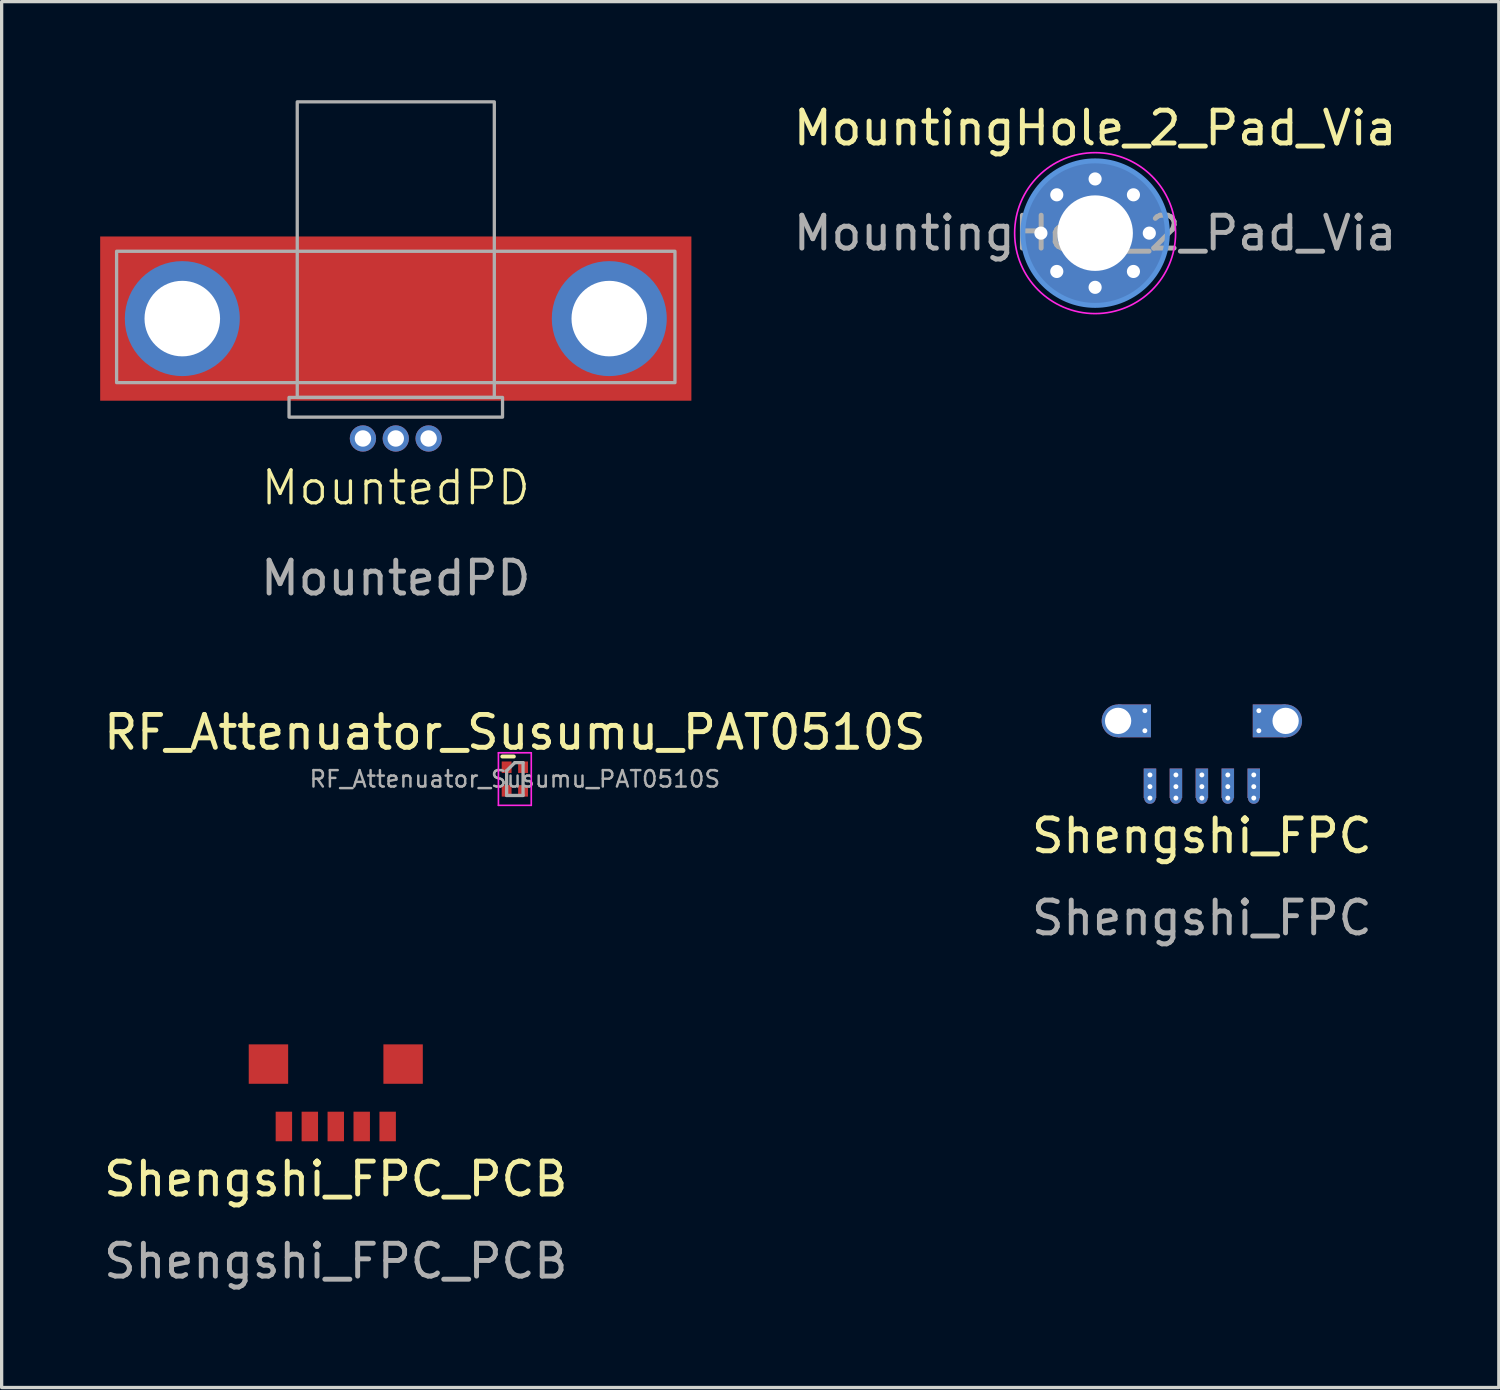
<source format=kicad_pcb>
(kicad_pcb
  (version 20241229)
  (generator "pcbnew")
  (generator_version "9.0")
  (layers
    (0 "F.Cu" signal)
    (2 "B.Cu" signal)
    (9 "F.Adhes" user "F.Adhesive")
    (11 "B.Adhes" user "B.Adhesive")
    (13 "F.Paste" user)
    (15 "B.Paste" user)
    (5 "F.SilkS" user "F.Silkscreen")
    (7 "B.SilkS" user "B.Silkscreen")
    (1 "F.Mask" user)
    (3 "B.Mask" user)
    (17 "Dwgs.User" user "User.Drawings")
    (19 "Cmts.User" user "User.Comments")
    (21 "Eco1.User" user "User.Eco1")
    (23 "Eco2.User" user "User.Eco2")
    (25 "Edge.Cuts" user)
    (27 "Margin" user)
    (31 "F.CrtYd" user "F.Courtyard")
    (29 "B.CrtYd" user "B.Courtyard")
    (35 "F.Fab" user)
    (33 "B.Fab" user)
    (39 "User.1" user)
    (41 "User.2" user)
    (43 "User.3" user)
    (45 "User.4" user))
  (footprint "Shengshi_FPC"
    (layer "F.Cu")
    (at 33.542 20.798)
    (property "Reference" "Shengshi_FPC" (at 0 1.6 0) (unlocked yes) (layer "F.SilkS") (effects (font (size 1 1) (thickness 0.15))))
    (attr smd)
    (fp_text user "${REFERENCE}" (at 0 4.1 0) (unlocked yes) (layer "F.Fab") (effects (font (size 1 1) (thickness 0.15))))
    (pad "1" thru_hole circle (at -1.58 -0.254 90) (size 0.35 0.35) (drill 0.15) (layers "*.Cu"))
    (pad "1" connect rect (at -1.58 0 90) (size 0.9 0.38) (layers "F.Cu" "F.Mask"))
    (pad "1" connect rect (at -1.58 0 90) (size 0.9 0.38) (layers "B.Cu" "B.Mask"))
    (pad "1" thru_hole circle (at -1.58 0.102 90) (size 0.35 0.35) (drill 0.15) (layers "*.Cu"))
    (pad "1" thru_hole circle (at -1.58 0.45 90) (size 0.35 0.35) (drill 0.15) (layers "*.Cu"))
    (pad "2" thru_hole circle (at -0.79 -0.254 90) (size 0.35 0.35) (drill 0.15) (layers "*.Cu"))
    (pad "2" connect rect (at -0.79 0 90) (size 0.9 0.38) (layers "F.Cu" "F.Mask"))
    (pad "2" connect rect (at -0.79 0 90) (size 0.9 0.38) (layers "B.Cu" "B.Mask"))
    (pad "2" thru_hole circle (at -0.79 0.102 90) (size 0.35 0.35) (drill 0.15) (layers "*.Cu"))
    (pad "2" thru_hole circle (at -0.79 0.45 90) (size 0.35 0.35) (drill 0.15) (layers "*.Cu"))
    (pad "3" thru_hole circle (at 0 -0.254 90) (size 0.35 0.35) (drill 0.15) (layers "*.Cu"))
    (pad "3" connect rect (at 0 0 90) (size 0.9 0.38) (layers "F.Cu" "F.Mask"))
    (pad "3" connect rect (at 0 0 90) (size 0.9 0.38) (layers "B.Cu" "B.Mask"))
    (pad "3" thru_hole circle (at 0 0.102 90) (size 0.35 0.35) (drill 0.15) (layers "*.Cu"))
    (pad "3" thru_hole circle (at 0 0.45 90) (size 0.35 0.35) (drill 0.15) (layers "*.Cu"))
    (pad "4" thru_hole circle (at 0.79 -0.254 90) (size 0.35 0.35) (drill 0.15) (layers "*.Cu"))
    (pad "4" connect rect (at 0.79 0 90) (size 0.9 0.38) (layers "F.Cu" "F.Mask"))
    (pad "4" connect rect (at 0.79 0 90) (size 0.9 0.38) (layers "B.Cu" "B.Mask"))
    (pad "4" thru_hole circle (at 0.79 0.102 90) (size 0.35 0.35) (drill 0.15) (layers "*.Cu"))
    (pad "4" thru_hole circle (at 0.79 0.45 90) (size 0.35 0.35) (drill 0.15) (layers "*.Cu"))
    (pad "5" thru_hole circle (at 1.58 -0.254 90) (size 0.35 0.35) (drill 0.15) (layers "*.Cu"))
    (pad "5" connect rect (at 1.58 0 90) (size 0.9 0.38) (layers "F.Cu" "F.Mask"))
    (pad "5" connect rect (at 1.58 0 90) (size 0.9 0.38) (layers "B.Cu" "B.Mask"))
    (pad "5" thru_hole circle (at 1.58 0.102 90) (size 0.35 0.35) (drill 0.15) (layers "*.Cu"))
    (pad "5" thru_hole circle (at 1.58 0.45 90) (size 0.35 0.35) (drill 0.15) (layers "*.Cu"))
    (pad "6" thru_hole circle (at -2.55 -1.9 90) (size 1 1) (drill 0.8) (layers "*.Cu" "*.Mask"))
    (pad "6" connect rect (at -2.05 -1.9 90) (size 1 1) (layers "F.Cu" "F.Mask"))
    (pad "6" connect rect (at -2.05 -1.9 90) (size 1 1) (layers "B.Cu" "B.Mask"))
    (pad "6" thru_hole circle (at -1.735 -2.21 90) (size 0.35 0.35) (drill 0.15) (layers "*.Cu"))
    (pad "6" thru_hole circle (at -1.735 -1.6 90) (size 0.35 0.35) (drill 0.15) (layers "*.Cu"))
    (pad "7" thru_hole circle (at 1.735 -2.21 90) (size 0.35 0.35) (drill 0.15) (layers "*.Cu"))
    (pad "7" thru_hole circle (at 1.735 -1.6 90) (size 0.35 0.35) (drill 0.15) (layers "*.Cu"))
    (pad "7" connect rect (at 2.05 -1.9 90) (size 1 1) (layers "F.Cu" "F.Mask"))
    (pad "7" connect rect (at 2.05 -1.9 90) (size 1 1) (layers "B.Cu" "B.Mask"))
    (pad "7" thru_hole circle (at 2.55 -1.9 90) (size 1 1) (drill 0.8) (layers "*.Cu" "*.Mask")))
  (footprint "RF_Attenuator_Susumu_PAT0510S"
    (layer "F.Cu")
    (at 12.625 20.669)
    (property "Reference" "RF_Attenuator_Susumu_PAT0510S" (at 0 -1.422 0) (layer "F.SilkS") (effects (font (size 1 1) (thickness 0.15))))
    (attr smd)
    (fp_line (start -0.381 -0.686) (end -0.031 -0.686) (stroke (width 0.12) (type solid)) (layer "F.SilkS"))
    (fp_line (start -0.5 -0.8) (end 0.5 -0.8) (stroke (width 0.05) (type solid)) (layer "F.CrtYd"))
    (fp_line (start -0.5 0.8) (end -0.5 -0.8) (stroke (width 0.05) (type solid)) (layer "F.CrtYd"))
    (fp_line (start 0.5 0.8) (end -0.5 0.8) (stroke (width 0.05) (type solid)) (layer "F.CrtYd"))
    (fp_line (start 0.5 0.8) (end 0.5 -0.8) (stroke (width 0.05) (type solid)) (layer "F.CrtYd"))
    (fp_line (start -0.25 -0.254) (end 0 -0.5) (stroke (width 0.1) (type default)) (layer "F.Fab"))
    (fp_line (start -0.25 0.5) (end -0.25 -0.254) (stroke (width 0.1) (type solid)) (layer "F.Fab"))
    (fp_line (start 0 -0.5) (end 0.25 -0.5) (stroke (width 0.1) (type solid)) (layer "F.Fab"))
    (fp_line (start 0.25 -0.5) (end 0.25 0.5) (stroke (width 0.1) (type solid)) (layer "F.Fab"))
    (fp_line (start 0.25 0.5) (end -0.25 0.5) (stroke (width 0.1) (type solid)) (layer "F.Fab"))
    (fp_text user "${REFERENCE}" (at 0 0 0) (layer "F.Fab") (effects (font (size 0.5 0.5) (thickness 0.075))))
    (pad "1" smd rect (at -0.25 -0.36) (size 0.3 0.35) (layers "F.Cu" "F.Mask" "F.Paste"))
    (pad "2" smd rect (at 0.25 -0.36) (size 0.3 0.35) (layers "F.Cu" "F.Mask" "F.Paste"))
    (pad "3" smd rect (at -0.25 0.36) (size 0.3 0.35) (layers "F.Cu" "F.Mask" "F.Paste"))
    (pad "3" smd rect (at 0.25 0.36) (size 0.3 0.35) (layers "F.Cu" "F.Mask" "F.Paste")))
  (footprint "Shengshi_FPC_PCB"
    (layer "F.Cu")
    (at 7.173 31.247)
    (property "Reference" "Shengshi_FPC_PCB" (at 0 1.6 0) (unlocked yes) (layer "F.SilkS") (effects (font (size 1 1) (thickness 0.15))))
    (attr smd)
    (fp_text user "${REFERENCE}" (at 0 4.1 0) (unlocked yes) (layer "F.Fab") (effects (font (size 1 1) (thickness 0.15))))
    (pad "1" connect rect (at -1.58 0 90) (size 0.9 0.5) (layers "F.Cu" "F.Mask"))
    (pad "2" connect rect (at -0.79 0 90) (size 0.9 0.5) (layers "F.Cu" "F.Mask"))
    (pad "3" connect rect (at 0 0 90) (size 0.9 0.5) (layers "F.Cu" "F.Mask"))
    (pad "4" connect rect (at 0.79 0 90) (size 0.9 0.5) (layers "F.Cu" "F.Mask"))
    (pad "5" connect rect (at 1.58 0 90) (size 0.9 0.5) (layers "F.Cu" "F.Mask"))
    (pad "6" connect rect (at -2.05 -1.9 90) (size 1.2 1.2) (layers "F.Cu" "F.Mask"))
    (pad "7" connect rect (at 2.05 -1.9 90) (size 1.2 1.2) (layers "F.Cu" "F.Mask")))
  (footprint "MountingHole_2_Pad_Via"
    (layer "F.Cu")
    (at 30.292 4.048)
    (property "Reference" "MountingHole_2_Pad_Via" (at 0 -3.2 0) (layer "F.SilkS") (effects (font (size 1 1) (thickness 0.15))))
    (attr exclude_from_pos_files exclude_from_bom)
    (fp_circle (center 0 0) (end 2.2 0) (stroke (width 0.15) (type solid)) (fill no) (layer "Cmts.User"))
    (fp_circle (center 0 0) (end 2.45 0) (stroke (width 0.05) (type solid)) (fill no) (layer "F.CrtYd"))
    (fp_text user "${REFERENCE}" (at 0 0 0) (layer "F.Fab") (effects (font (size 1 1) (thickness 0.15))))
    (pad "1" thru_hole circle (at -1.65 0) (size 0.7 0.7) (drill 0.4) (layers "*.Cu" "*.Mask"))
    (pad "1" thru_hole circle (at -1.167 -1.167) (size 0.7 0.7) (drill 0.4) (layers "*.Cu" "*.Mask"))
    (pad "1" thru_hole circle (at -1.167 1.167) (size 0.7 0.7) (drill 0.4) (layers "*.Cu" "*.Mask"))
    (pad "1" thru_hole circle (at 0 -1.65) (size 0.7 0.7) (drill 0.4) (layers "*.Cu" "*.Mask"))
    (pad "1" thru_hole circle (at 0 0) (size 4.4 4.4) (drill 2.3) (layers "*.Cu" "*.Mask"))
    (pad "1" thru_hole circle (at 0 1.65) (size 0.7 0.7) (drill 0.4) (layers "*.Cu" "*.Mask"))
    (pad "1" thru_hole circle (at 1.167 -1.167) (size 0.7 0.7) (drill 0.4) (layers "*.Cu" "*.Mask"))
    (pad "1" thru_hole circle (at 1.167 1.167) (size 0.7 0.7) (drill 0.4) (layers "*.Cu" "*.Mask"))
    (pad "1" thru_hole circle (at 1.65 0) (size 0.7 0.7) (drill 0.4) (layers "*.Cu" "*.Mask")))
  (footprint "MountedPD"
    (layer "F.Cu")
    (at 9 9.65)
    (property "Reference" "MountedPD" (at 0 2.15 0) (unlocked yes) (layer "F.SilkS") (effects (font (size 1 1) (thickness 0.1))))
    (attr smd)
    (fp_rect (start -8.5 -5.05) (end 8.5 -1.05) (stroke (width 0.1) (type default)) (fill no) (layer "F.Fab"))
    (fp_rect (start -3.25 0) (end 3.25 -0.6) (stroke (width 0.1) (type default)) (fill no) (layer "F.Fab"))
    (fp_rect (start -3 -0.6) (end 3 -9.6) (stroke (width 0.1) (type default)) (fill no) (layer "F.Fab"))
    (fp_text user "${REFERENCE}" (at 0 4.9 0) (unlocked yes) (layer "F.Fab") (effects (font (size 1 1) (thickness 0.15))))
    (pad "1" thru_hole circle (at 0 0.65) (size 0.8 0.8) (drill 0.5) (layers "*.Cu" "*.Mask"))
    (pad "2" thru_hole circle (at -6.5 -3) (size 3.5 3.5) (drill 2.3) (layers "*.Cu" "*.Mask"))
    (pad "2" thru_hole circle (at -1 0.65) (size 0.8 0.8) (drill 0.5) (layers "*.Cu" "*.Mask"))
    (pad "2" smd rect (at 0 -3) (size 18 5) (layers "F.Cu" "F.Mask"))
    (pad "2" thru_hole circle (at 1 0.65) (size 0.8 0.8) (drill 0.5) (layers "*.Cu" "*.Mask"))
    (pad "2" thru_hole circle (at 6.5 -3) (size 3.5 3.5) (drill 2.3) (layers "*.Cu" "*.Mask")))
  (gr_rect
    (start -3 -3)
    (end 42.583 39.195)
    (stroke (width 0.1) (type default))
    (fill no)
    (layer "Edge.Cuts")))
</source>
